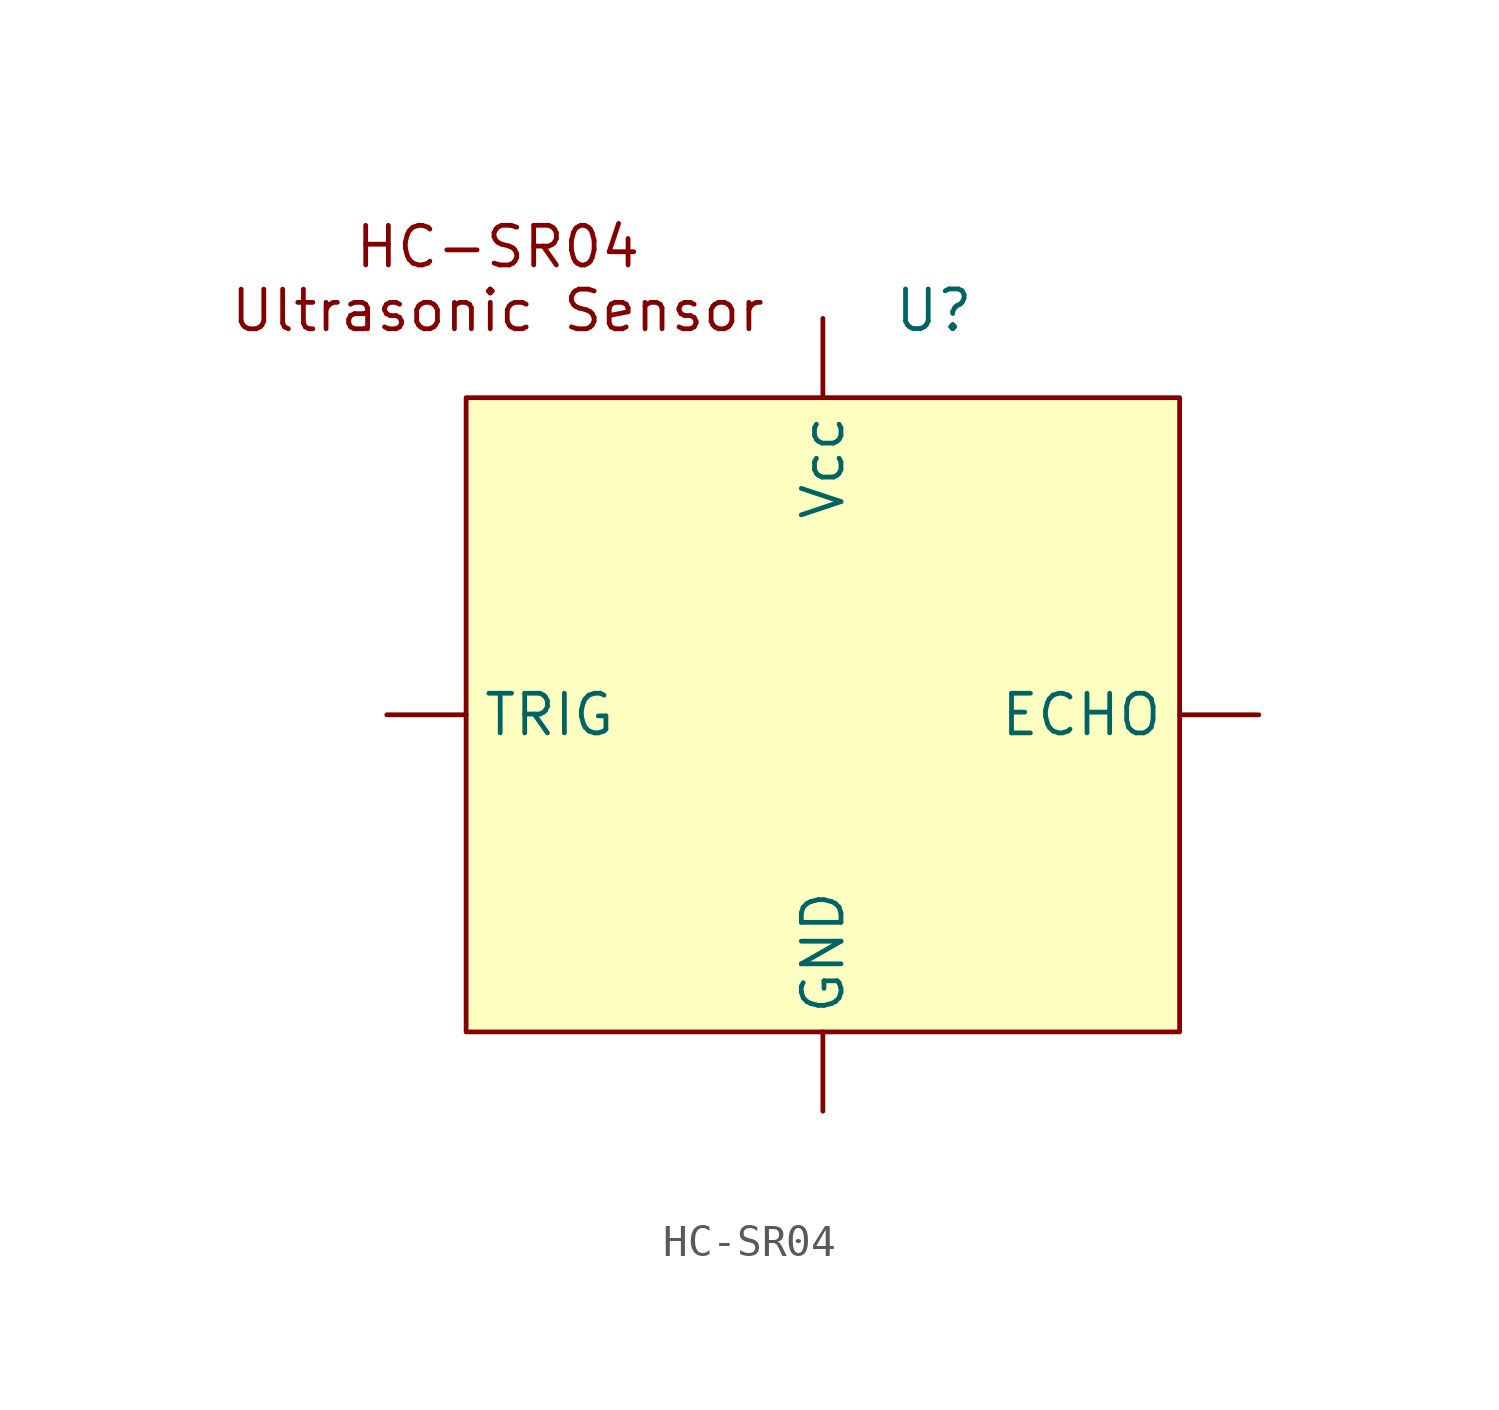
<source format=kicad_sym>
(kicad_symbol_lib
  (version 20241209)
  (generator "kicad_symbol_editor")
  (generator_version "9.0")
  (symbol "HC-SR04"
    (property "Reference" "U"
      (at 3.556 12.954 0)
      (effects (font (size 1.27 1.27))))
    (property "Value" ""
      (at 0 0 0)
      (effects (font (size 1.27 1.27))))
    (symbol "HC-SR04_1_1"
      (rectangle (start -11.43 10.16) (end 11.43 -10.16) (stroke (width 0) (type solid)) (fill (type background)))
      (text "HC-SR04\nUltrasonic Sensor\n" (at -10.414 13.97 0) (effects (font (size 1.27 1.27))))
      (pin input line (at -13.97 0 0) (length 2.54) (name "TRIG" (effects (font (size 1.27 1.27)))) (number "" (effects (font (size 1.27 1.27)))))
      (pin power_in line (at 0 12.7 270) (length 2.54) (name "Vcc" (effects (font (size 1.27 1.27)))) (number "" (effects (font (size 1.27 1.27)))))
      (pin power_in line (at 0 -12.7 90) (length 2.54) (name "GND" (effects (font (size 1.27 1.27)))) (number "" (effects (font (size 1.27 1.27)))))
      (pin output line (at 13.97 0 180) (length 2.54) (name "ECHO" (effects (font (size 1.27 1.27)))) (number "" (effects (font (size 1.27 1.27))))))))
</source>
